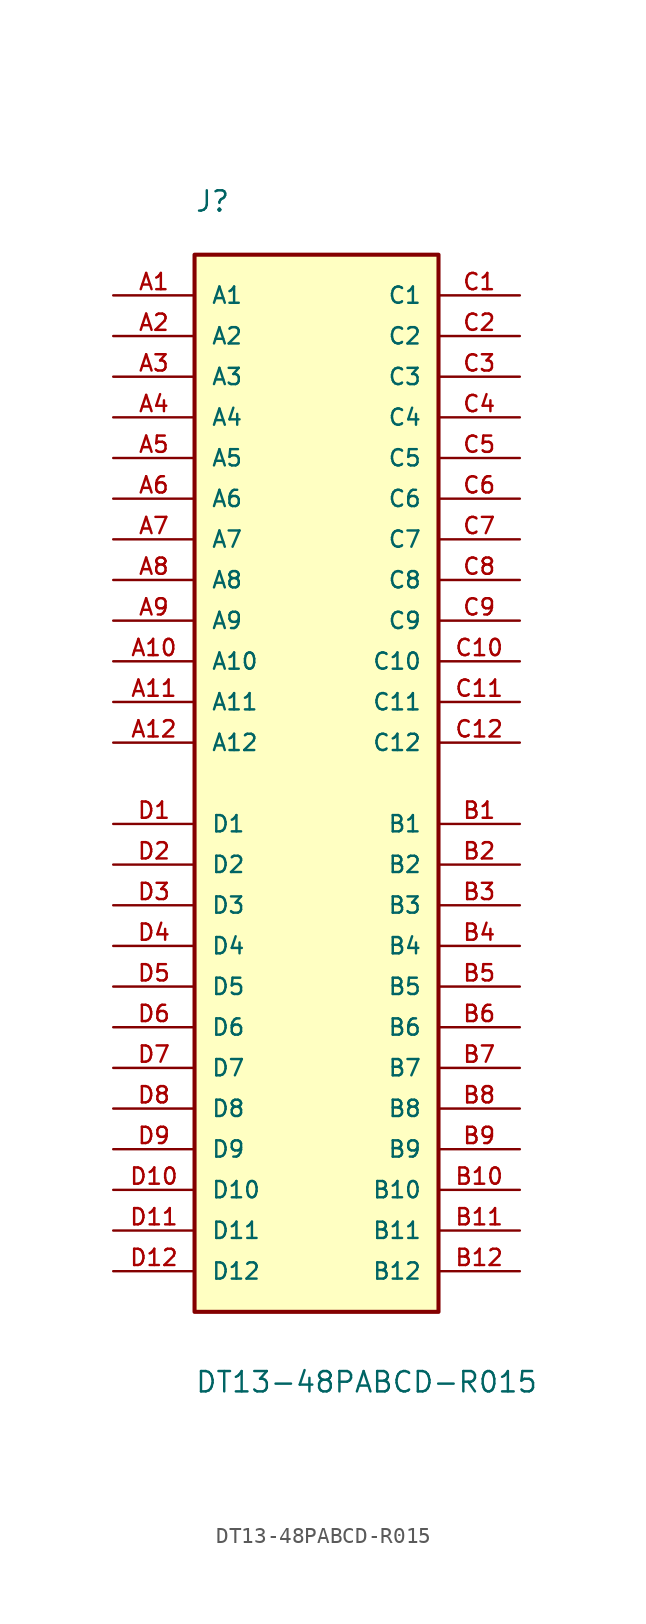
<source format=kicad_sym>
(kicad_symbol_lib
  (version 20220914)
  (generator kicad_symbol_editor)
  (symbol "DT13-48PABCD-R015"
    (pin_names
      (offset 1.016))
    (property "Reference" "J"
      (at -7.62 35.611 0)
      (effects (font (size 1.27 1.27)) (justify left bottom)))
    (property "Value" "DT13-48PABCD-R015"
      (at -7.62 -38.151 0)
      (effects (font (size 1.27 1.27)) (justify left bottom)))
    (symbol "DT13-48PABCD-R015_0_0"
      (rectangle (start -7.62 -33.02) (end 7.62 33.02) (stroke (width 0.254) (type solid)) (fill (type background)))
      (pin passive line (at -12.7 30.48 0) (length 5.08) (name "A1" (effects (font (size 1.016 1.016)))) (number "A1" (effects (font (size 1.016 1.016)))))
      (pin passive line (at -12.7 7.62 0) (length 5.08) (name "A10" (effects (font (size 1.016 1.016)))) (number "A10" (effects (font (size 1.016 1.016)))))
      (pin passive line (at -12.7 5.08 0) (length 5.08) (name "A11" (effects (font (size 1.016 1.016)))) (number "A11" (effects (font (size 1.016 1.016)))))
      (pin passive line (at -12.7 2.54 0) (length 5.08) (name "A12" (effects (font (size 1.016 1.016)))) (number "A12" (effects (font (size 1.016 1.016)))))
      (pin passive line (at -12.7 27.94 0) (length 5.08) (name "A2" (effects (font (size 1.016 1.016)))) (number "A2" (effects (font (size 1.016 1.016)))))
      (pin passive line (at -12.7 25.4 0) (length 5.08) (name "A3" (effects (font (size 1.016 1.016)))) (number "A3" (effects (font (size 1.016 1.016)))))
      (pin passive line (at -12.7 22.86 0) (length 5.08) (name "A4" (effects (font (size 1.016 1.016)))) (number "A4" (effects (font (size 1.016 1.016)))))
      (pin passive line (at -12.7 20.32 0) (length 5.08) (name "A5" (effects (font (size 1.016 1.016)))) (number "A5" (effects (font (size 1.016 1.016)))))
      (pin passive line (at -12.7 17.78 0) (length 5.08) (name "A6" (effects (font (size 1.016 1.016)))) (number "A6" (effects (font (size 1.016 1.016)))))
      (pin passive line (at -12.7 15.24 0) (length 5.08) (name "A7" (effects (font (size 1.016 1.016)))) (number "A7" (effects (font (size 1.016 1.016)))))
      (pin passive line (at -12.7 12.7 0) (length 5.08) (name "A8" (effects (font (size 1.016 1.016)))) (number "A8" (effects (font (size 1.016 1.016)))))
      (pin passive line (at -12.7 10.16 0) (length 5.08) (name "A9" (effects (font (size 1.016 1.016)))) (number "A9" (effects (font (size 1.016 1.016)))))
      (pin passive line (at 12.7 -2.54 180) (length 5.08) (name "B1" (effects (font (size 1.016 1.016)))) (number "B1" (effects (font (size 1.016 1.016)))))
      (pin passive line (at 12.7 -25.4 180) (length 5.08) (name "B10" (effects (font (size 1.016 1.016)))) (number "B10" (effects (font (size 1.016 1.016)))))
      (pin passive line (at 12.7 -27.94 180) (length 5.08) (name "B11" (effects (font (size 1.016 1.016)))) (number "B11" (effects (font (size 1.016 1.016)))))
      (pin passive line (at 12.7 -30.48 180) (length 5.08) (name "B12" (effects (font (size 1.016 1.016)))) (number "B12" (effects (font (size 1.016 1.016)))))
      (pin passive line (at 12.7 -5.08 180) (length 5.08) (name "B2" (effects (font (size 1.016 1.016)))) (number "B2" (effects (font (size 1.016 1.016)))))
      (pin passive line (at 12.7 -7.62 180) (length 5.08) (name "B3" (effects (font (size 1.016 1.016)))) (number "B3" (effects (font (size 1.016 1.016)))))
      (pin passive line (at 12.7 -10.16 180) (length 5.08) (name "B4" (effects (font (size 1.016 1.016)))) (number "B4" (effects (font (size 1.016 1.016)))))
      (pin passive line (at 12.7 -12.7 180) (length 5.08) (name "B5" (effects (font (size 1.016 1.016)))) (number "B5" (effects (font (size 1.016 1.016)))))
      (pin passive line (at 12.7 -15.24 180) (length 5.08) (name "B6" (effects (font (size 1.016 1.016)))) (number "B6" (effects (font (size 1.016 1.016)))))
      (pin passive line (at 12.7 -17.78 180) (length 5.08) (name "B7" (effects (font (size 1.016 1.016)))) (number "B7" (effects (font (size 1.016 1.016)))))
      (pin passive line (at 12.7 -20.32 180) (length 5.08) (name "B8" (effects (font (size 1.016 1.016)))) (number "B8" (effects (font (size 1.016 1.016)))))
      (pin passive line (at 12.7 -22.86 180) (length 5.08) (name "B9" (effects (font (size 1.016 1.016)))) (number "B9" (effects (font (size 1.016 1.016)))))
      (pin passive line (at 12.7 30.48 180) (length 5.08) (name "C1" (effects (font (size 1.016 1.016)))) (number "C1" (effects (font (size 1.016 1.016)))))
      (pin passive line (at 12.7 7.62 180) (length 5.08) (name "C10" (effects (font (size 1.016 1.016)))) (number "C10" (effects (font (size 1.016 1.016)))))
      (pin passive line (at 12.7 5.08 180) (length 5.08) (name "C11" (effects (font (size 1.016 1.016)))) (number "C11" (effects (font (size 1.016 1.016)))))
      (pin passive line (at 12.7 2.54 180) (length 5.08) (name "C12" (effects (font (size 1.016 1.016)))) (number "C12" (effects (font (size 1.016 1.016)))))
      (pin passive line (at 12.7 27.94 180) (length 5.08) (name "C2" (effects (font (size 1.016 1.016)))) (number "C2" (effects (font (size 1.016 1.016)))))
      (pin passive line (at 12.7 25.4 180) (length 5.08) (name "C3" (effects (font (size 1.016 1.016)))) (number "C3" (effects (font (size 1.016 1.016)))))
      (pin passive line (at 12.7 22.86 180) (length 5.08) (name "C4" (effects (font (size 1.016 1.016)))) (number "C4" (effects (font (size 1.016 1.016)))))
      (pin passive line (at 12.7 20.32 180) (length 5.08) (name "C5" (effects (font (size 1.016 1.016)))) (number "C5" (effects (font (size 1.016 1.016)))))
      (pin passive line (at 12.7 17.78 180) (length 5.08) (name "C6" (effects (font (size 1.016 1.016)))) (number "C6" (effects (font (size 1.016 1.016)))))
      (pin passive line (at 12.7 15.24 180) (length 5.08) (name "C7" (effects (font (size 1.016 1.016)))) (number "C7" (effects (font (size 1.016 1.016)))))
      (pin passive line (at 12.7 12.7 180) (length 5.08) (name "C8" (effects (font (size 1.016 1.016)))) (number "C8" (effects (font (size 1.016 1.016)))))
      (pin passive line (at 12.7 10.16 180) (length 5.08) (name "C9" (effects (font (size 1.016 1.016)))) (number "C9" (effects (font (size 1.016 1.016)))))
      (pin passive line (at -12.7 -2.54 0) (length 5.08) (name "D1" (effects (font (size 1.016 1.016)))) (number "D1" (effects (font (size 1.016 1.016)))))
      (pin passive line (at -12.7 -25.4 0) (length 5.08) (name "D10" (effects (font (size 1.016 1.016)))) (number "D10" (effects (font (size 1.016 1.016)))))
      (pin passive line (at -12.7 -27.94 0) (length 5.08) (name "D11" (effects (font (size 1.016 1.016)))) (number "D11" (effects (font (size 1.016 1.016)))))
      (pin passive line (at -12.7 -30.48 0) (length 5.08) (name "D12" (effects (font (size 1.016 1.016)))) (number "D12" (effects (font (size 1.016 1.016)))))
      (pin passive line (at -12.7 -5.08 0) (length 5.08) (name "D2" (effects (font (size 1.016 1.016)))) (number "D2" (effects (font (size 1.016 1.016)))))
      (pin passive line (at -12.7 -7.62 0) (length 5.08) (name "D3" (effects (font (size 1.016 1.016)))) (number "D3" (effects (font (size 1.016 1.016)))))
      (pin passive line (at -12.7 -10.16 0) (length 5.08) (name "D4" (effects (font (size 1.016 1.016)))) (number "D4" (effects (font (size 1.016 1.016)))))
      (pin passive line (at -12.7 -12.7 0) (length 5.08) (name "D5" (effects (font (size 1.016 1.016)))) (number "D5" (effects (font (size 1.016 1.016)))))
      (pin passive line (at -12.7 -15.24 0) (length 5.08) (name "D6" (effects (font (size 1.016 1.016)))) (number "D6" (effects (font (size 1.016 1.016)))))
      (pin passive line (at -12.7 -17.78 0) (length 5.08) (name "D7" (effects (font (size 1.016 1.016)))) (number "D7" (effects (font (size 1.016 1.016)))))
      (pin passive line (at -12.7 -20.32 0) (length 5.08) (name "D8" (effects (font (size 1.016 1.016)))) (number "D8" (effects (font (size 1.016 1.016)))))
      (pin passive line (at -12.7 -22.86 0) (length 5.08) (name "D9" (effects (font (size 1.016 1.016)))) (number "D9" (effects (font (size 1.016 1.016))))))))
</source>
